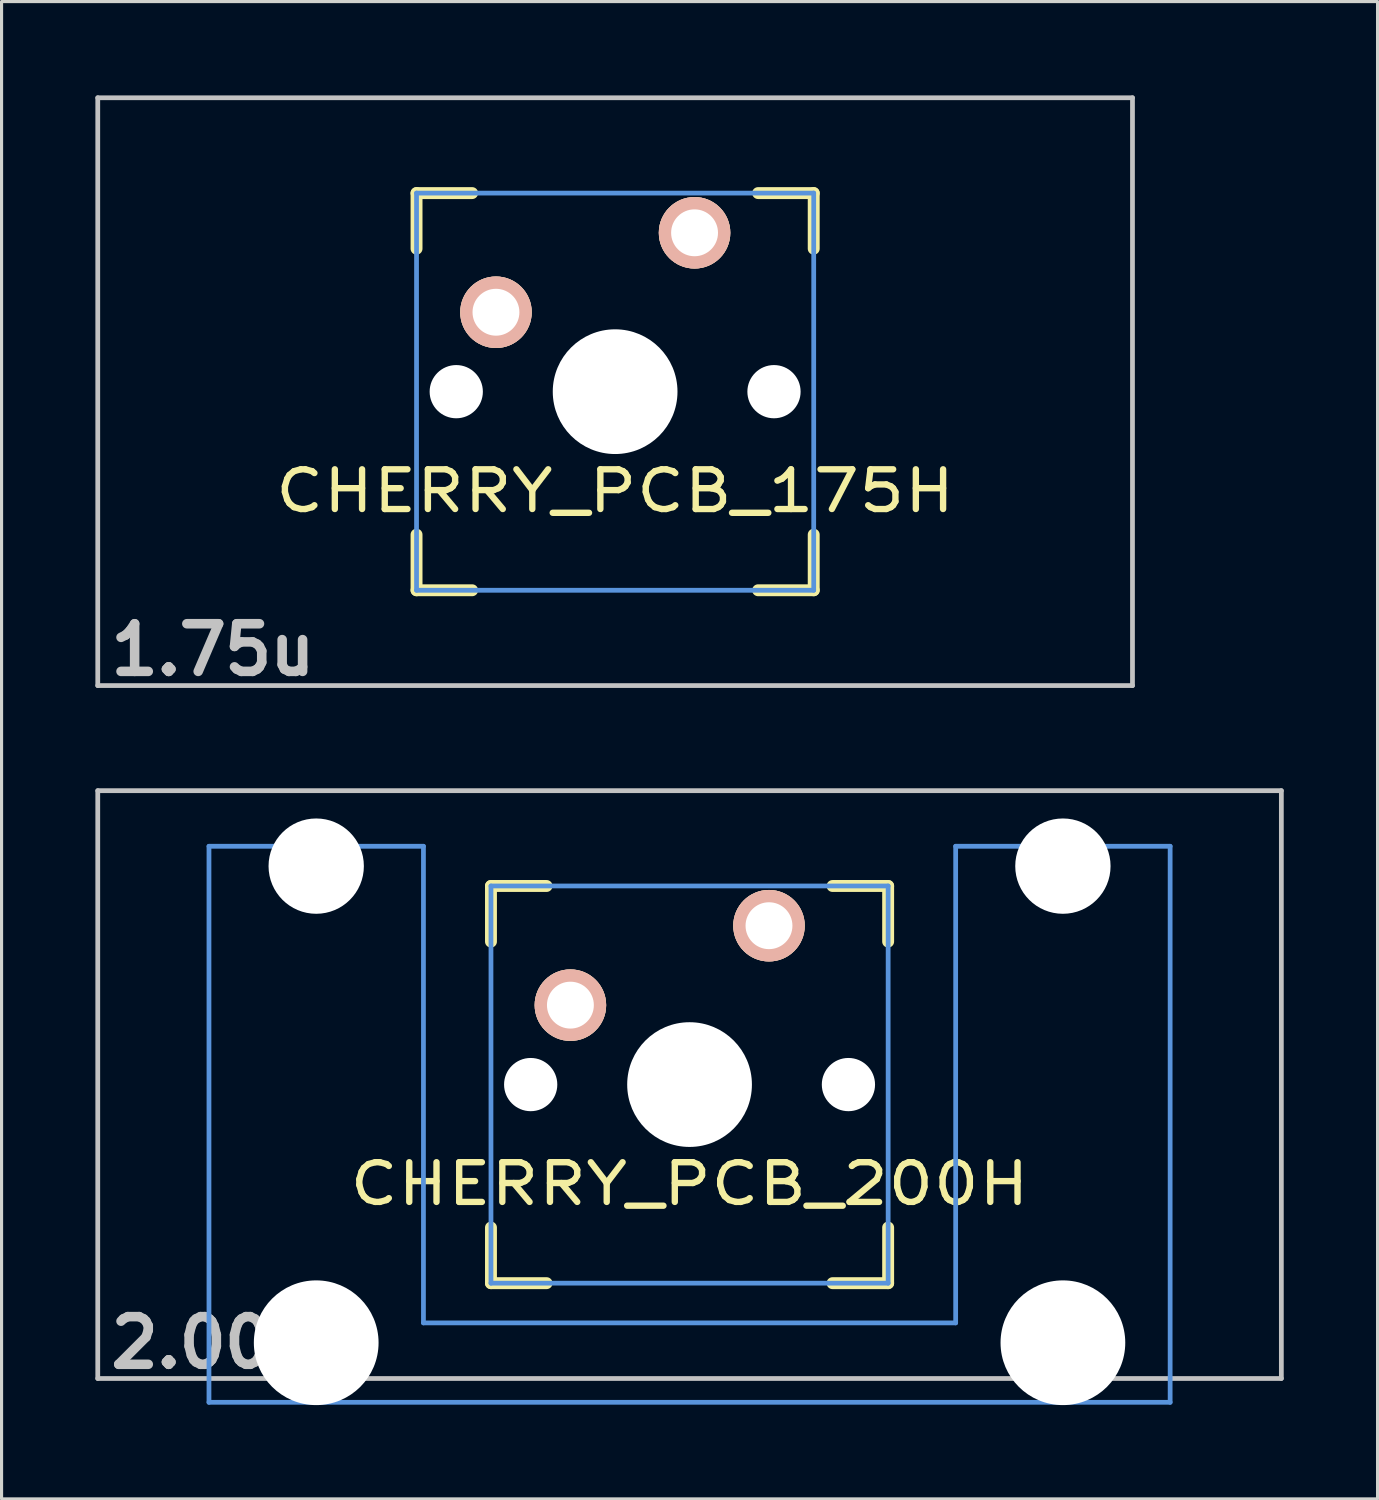
<source format=kicad_pcb>
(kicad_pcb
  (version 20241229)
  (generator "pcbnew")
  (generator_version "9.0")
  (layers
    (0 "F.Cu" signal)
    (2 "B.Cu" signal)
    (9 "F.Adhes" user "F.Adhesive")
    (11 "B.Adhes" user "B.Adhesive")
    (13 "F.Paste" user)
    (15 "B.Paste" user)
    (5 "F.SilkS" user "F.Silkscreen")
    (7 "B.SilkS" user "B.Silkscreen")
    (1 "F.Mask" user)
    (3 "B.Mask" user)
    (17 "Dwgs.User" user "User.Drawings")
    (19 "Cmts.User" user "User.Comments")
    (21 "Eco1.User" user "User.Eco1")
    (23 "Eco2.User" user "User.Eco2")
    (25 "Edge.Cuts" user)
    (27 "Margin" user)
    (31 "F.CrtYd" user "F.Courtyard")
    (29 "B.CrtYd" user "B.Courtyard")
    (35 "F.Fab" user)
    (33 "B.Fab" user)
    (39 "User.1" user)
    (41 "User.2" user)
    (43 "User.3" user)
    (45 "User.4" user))
  (footprint "CHERRY_PCB_175H"
    (layer "F.Cu")
    (at 16.619 9.474)
    (property "Reference" "CHERRY_PCB_175H" (at 0 3.175 0) (layer "F.SilkS") (effects (font (size 1.27 1.524) (thickness 0.203))))
    (attr through_hole)
    (fp_line (start -6.35 -6.35) (end -4.572 -6.35) (stroke (width 0.381) (type solid)) (layer "F.SilkS"))
    (fp_line (start -6.35 -4.572) (end -6.35 -6.35) (stroke (width 0.381) (type solid)) (layer "F.SilkS"))
    (fp_line (start -6.35 6.35) (end -6.35 4.572) (stroke (width 0.381) (type solid)) (layer "F.SilkS"))
    (fp_line (start -4.572 6.35) (end -6.35 6.35) (stroke (width 0.381) (type solid)) (layer "F.SilkS"))
    (fp_line (start 4.572 -6.35) (end 6.35 -6.35) (stroke (width 0.381) (type solid)) (layer "F.SilkS"))
    (fp_line (start 6.35 -6.35) (end 6.35 -4.572) (stroke (width 0.381) (type solid)) (layer "F.SilkS"))
    (fp_line (start 6.35 4.572) (end 6.35 6.35) (stroke (width 0.381) (type solid)) (layer "F.SilkS"))
    (fp_line (start 6.35 6.35) (end 4.572 6.35) (stroke (width 0.381) (type solid)) (layer "F.SilkS"))
    (fp_line (start -16.543 -9.398) (end 16.543 -9.398) (stroke (width 0.152) (type solid)) (layer "Dwgs.User"))
    (fp_line (start -16.543 9.398) (end -16.543 -9.398) (stroke (width 0.152) (type solid)) (layer "Dwgs.User"))
    (fp_line (start 16.543 -9.398) (end 16.543 9.398) (stroke (width 0.152) (type solid)) (layer "Dwgs.User"))
    (fp_line (start 16.543 9.398) (end -16.543 9.398) (stroke (width 0.152) (type solid)) (layer "Dwgs.User"))
    (fp_line (start -6.35 -6.35) (end 6.35 -6.35) (stroke (width 0.152) (type solid)) (layer "Cmts.User"))
    (fp_line (start -6.35 6.35) (end -6.35 -6.35) (stroke (width 0.152) (type solid)) (layer "Cmts.User"))
    (fp_line (start 6.35 -6.35) (end 6.35 6.35) (stroke (width 0.152) (type solid)) (layer "Cmts.User"))
    (fp_line (start 6.35 6.35) (end -6.35 6.35) (stroke (width 0.152) (type solid)) (layer "Cmts.User"))
    (fp_line (start -6.985 -6.985) (end 6.985 -6.985) (stroke (width 0.152) (type solid)) (layer "Eco2.User"))
    (fp_line (start -6.985 6.985) (end -6.985 -6.985) (stroke (width 0.152) (type solid)) (layer "Eco2.User"))
    (fp_line (start 6.985 -6.985) (end 6.985 6.985) (stroke (width 0.152) (type solid)) (layer "Eco2.User"))
    (fp_line (start 6.985 6.985) (end -6.985 6.985) (stroke (width 0.152) (type solid)) (layer "Eco2.User"))
    (fp_text user "1.75u" (at -12.86 8.255 0) (layer "Dwgs.User") (effects (font (size 1.524 1.524) (thickness 0.305))))
    (pad "" np_thru_hole circle (at -5.08 0) (size 1.702 1.702) (drill 1.702) (layers "*.Cu"))
    (pad "" np_thru_hole circle (at 0 0) (size 3.988 3.988) (drill 3.988) (layers "*.Cu"))
    (pad "" np_thru_hole circle (at 5.08 0) (size 1.702 1.702) (drill 1.702) (layers "*.Cu"))
    (pad "1" thru_hole circle (at 2.54 -5.08) (size 2.286 2.286) (drill 1.499) (layers "*.Cu" "*.SilkS" "*.Mask"))
    (pad "2" thru_hole circle (at -3.81 -2.54) (size 2.286 2.286) (drill 1.499) (layers "*.Cu" "*.SilkS" "*.Mask")))
  (footprint "CHERRY_PCB_200H"
    (layer "F.Cu")
    (at 18.999 31.63)
    (property "Reference" "CHERRY_PCB_200H" (at 0 3.175 0) (layer "F.SilkS") (effects (font (size 1.27 1.524) (thickness 0.203))))
    (attr through_hole)
    (fp_line (start -6.35 -6.35) (end -4.572 -6.35) (stroke (width 0.381) (type solid)) (layer "F.SilkS"))
    (fp_line (start -6.35 -4.572) (end -6.35 -6.35) (stroke (width 0.381) (type solid)) (layer "F.SilkS"))
    (fp_line (start -6.35 6.35) (end -6.35 4.572) (stroke (width 0.381) (type solid)) (layer "F.SilkS"))
    (fp_line (start -4.572 6.35) (end -6.35 6.35) (stroke (width 0.381) (type solid)) (layer "F.SilkS"))
    (fp_line (start 4.572 -6.35) (end 6.35 -6.35) (stroke (width 0.381) (type solid)) (layer "F.SilkS"))
    (fp_line (start 6.35 -6.35) (end 6.35 -4.572) (stroke (width 0.381) (type solid)) (layer "F.SilkS"))
    (fp_line (start 6.35 4.572) (end 6.35 6.35) (stroke (width 0.381) (type solid)) (layer "F.SilkS"))
    (fp_line (start 6.35 6.35) (end 4.572 6.35) (stroke (width 0.381) (type solid)) (layer "F.SilkS"))
    (fp_line (start -18.923 -9.398) (end 18.923 -9.398) (stroke (width 0.152) (type solid)) (layer "Dwgs.User"))
    (fp_line (start -18.923 9.398) (end -18.923 -9.398) (stroke (width 0.152) (type solid)) (layer "Dwgs.User"))
    (fp_line (start 18.923 -9.398) (end 18.923 9.398) (stroke (width 0.152) (type solid)) (layer "Dwgs.User"))
    (fp_line (start 18.923 9.398) (end -18.923 9.398) (stroke (width 0.152) (type solid)) (layer "Dwgs.User"))
    (fp_line (start -15.367 -7.62) (end -15.367 10.16) (stroke (width 0.152) (type solid)) (layer "Cmts.User"))
    (fp_line (start -15.367 10.16) (end 15.367 10.16) (stroke (width 0.152) (type solid)) (layer "Cmts.User"))
    (fp_line (start -8.509 -7.62) (end -15.367 -7.62) (stroke (width 0.152) (type solid)) (layer "Cmts.User"))
    (fp_line (start -8.509 7.62) (end -8.509 -7.62) (stroke (width 0.152) (type solid)) (layer "Cmts.User"))
    (fp_line (start -6.35 -6.35) (end 6.35 -6.35) (stroke (width 0.152) (type solid)) (layer "Cmts.User"))
    (fp_line (start -6.35 6.35) (end -6.35 -6.35) (stroke (width 0.152) (type solid)) (layer "Cmts.User"))
    (fp_line (start 6.35 -6.35) (end 6.35 6.35) (stroke (width 0.152) (type solid)) (layer "Cmts.User"))
    (fp_line (start 6.35 6.35) (end -6.35 6.35) (stroke (width 0.152) (type solid)) (layer "Cmts.User"))
    (fp_line (start 8.509 -7.62) (end 8.509 7.62) (stroke (width 0.152) (type solid)) (layer "Cmts.User"))
    (fp_line (start 8.509 7.62) (end -8.509 7.62) (stroke (width 0.152) (type solid)) (layer "Cmts.User"))
    (fp_line (start 15.367 -7.62) (end 8.509 -7.62) (stroke (width 0.152) (type solid)) (layer "Cmts.User"))
    (fp_line (start 15.367 10.16) (end 15.367 -7.62) (stroke (width 0.152) (type solid)) (layer "Cmts.User"))
    (fp_line (start -16.129 -2.286) (end -15.265 -2.286) (stroke (width 0.152) (type solid)) (layer "Eco2.User"))
    (fp_line (start -16.129 0.508) (end -16.129 -2.286) (stroke (width 0.152) (type solid)) (layer "Eco2.User"))
    (fp_line (start -15.265 -5.69) (end -8.611 -5.69) (stroke (width 0.152) (type solid)) (layer "Eco2.User"))
    (fp_line (start -15.265 -2.286) (end -15.265 -5.69) (stroke (width 0.152) (type solid)) (layer "Eco2.User"))
    (fp_line (start -15.265 0.508) (end -16.129 0.508) (stroke (width 0.152) (type solid)) (layer "Eco2.User"))
    (fp_line (start -15.265 6.604) (end -15.265 0.508) (stroke (width 0.152) (type solid)) (layer "Eco2.User"))
    (fp_line (start -14.224 6.604) (end -15.265 6.604) (stroke (width 0.152) (type solid)) (layer "Eco2.User"))
    (fp_line (start -14.224 7.772) (end -14.224 6.604) (stroke (width 0.152) (type solid)) (layer "Eco2.User"))
    (fp_line (start -9.652 6.604) (end -9.652 7.772) (stroke (width 0.152) (type solid)) (layer "Eco2.User"))
    (fp_line (start -9.652 7.772) (end -14.224 7.772) (stroke (width 0.152) (type solid)) (layer "Eco2.User"))
    (fp_line (start -8.611 -5.69) (end -8.611 -4.877) (stroke (width 0.152) (type solid)) (layer "Eco2.User"))
    (fp_line (start -8.611 -4.877) (end -6.985 -4.877) (stroke (width 0.152) (type solid)) (layer "Eco2.User"))
    (fp_line (start -8.611 5.817) (end -8.611 6.604) (stroke (width 0.152) (type solid)) (layer "Eco2.User"))
    (fp_line (start -8.611 6.604) (end -9.652 6.604) (stroke (width 0.152) (type solid)) (layer "Eco2.User"))
    (fp_line (start -6.985 -6.985) (end 6.985 -6.985) (stroke (width 0.152) (type solid)) (layer "Eco2.User"))
    (fp_line (start -6.985 -4.877) (end -6.985 -6.985) (stroke (width 0.152) (type solid)) (layer "Eco2.User"))
    (fp_line (start -6.985 5.817) (end -8.611 5.817) (stroke (width 0.152) (type solid)) (layer "Eco2.User"))
    (fp_line (start -6.985 6.985) (end -6.985 5.817) (stroke (width 0.152) (type solid)) (layer "Eco2.User"))
    (fp_line (start 6.985 -6.985) (end 6.985 -4.877) (stroke (width 0.152) (type solid)) (layer "Eco2.User"))
    (fp_line (start 6.985 -4.877) (end 8.611 -4.877) (stroke (width 0.152) (type solid)) (layer "Eco2.User"))
    (fp_line (start 6.985 5.817) (end 6.985 6.985) (stroke (width 0.152) (type solid)) (layer "Eco2.User"))
    (fp_line (start 6.985 6.985) (end -6.985 6.985) (stroke (width 0.152) (type solid)) (layer "Eco2.User"))
    (fp_line (start 8.611 -5.69) (end 15.265 -5.69) (stroke (width 0.152) (type solid)) (layer "Eco2.User"))
    (fp_line (start 8.611 -4.877) (end 8.611 -5.69) (stroke (width 0.152) (type solid)) (layer "Eco2.User"))
    (fp_line (start 8.611 5.817) (end 6.985 5.817) (stroke (width 0.152) (type solid)) (layer "Eco2.User"))
    (fp_line (start 8.611 6.604) (end 8.611 5.817) (stroke (width 0.152) (type solid)) (layer "Eco2.User"))
    (fp_line (start 9.652 6.604) (end 8.611 6.604) (stroke (width 0.152) (type solid)) (layer "Eco2.User"))
    (fp_line (start 9.652 7.772) (end 9.652 6.604) (stroke (width 0.152) (type solid)) (layer "Eco2.User"))
    (fp_line (start 14.224 6.604) (end 14.224 7.772) (stroke (width 0.152) (type solid)) (layer "Eco2.User"))
    (fp_line (start 14.224 7.772) (end 9.652 7.772) (stroke (width 0.152) (type solid)) (layer "Eco2.User"))
    (fp_line (start 15.265 -5.69) (end 15.265 -2.286) (stroke (width 0.152) (type solid)) (layer "Eco2.User"))
    (fp_line (start 15.265 -2.286) (end 16.129 -2.286) (stroke (width 0.152) (type solid)) (layer "Eco2.User"))
    (fp_line (start 15.265 0.508) (end 15.265 6.604) (stroke (width 0.152) (type solid)) (layer "Eco2.User"))
    (fp_line (start 15.265 6.604) (end 14.224 6.604) (stroke (width 0.152) (type solid)) (layer "Eco2.User"))
    (fp_line (start 16.129 -2.286) (end 16.129 0.508) (stroke (width 0.152) (type solid)) (layer "Eco2.User"))
    (fp_line (start 16.129 0.508) (end 15.265 0.508) (stroke (width 0.152) (type solid)) (layer "Eco2.User"))
    (fp_text user "2.00u" (at -15.24 8.255 0) (layer "Dwgs.User") (effects (font (size 1.524 1.524) (thickness 0.305))))
    (pad "" np_thru_hole circle (at -11.938 -6.985) (size 3.048 3.048) (drill 3.048) (layers "*.Cu"))
    (pad "" np_thru_hole circle (at -11.938 8.255) (size 3.988 3.988) (drill 3.988) (layers "*.Cu"))
    (pad "" np_thru_hole circle (at -5.08 0) (size 1.702 1.702) (drill 1.702) (layers "*.Cu"))
    (pad "" np_thru_hole circle (at 0 0) (size 3.988 3.988) (drill 3.988) (layers "*.Cu"))
    (pad "" np_thru_hole circle (at 5.08 0) (size 1.702 1.702) (drill 1.702) (layers "*.Cu"))
    (pad "" np_thru_hole circle (at 11.938 -6.985) (size 3.048 3.048) (drill 3.048) (layers "*.Cu"))
    (pad "" np_thru_hole circle (at 11.938 8.255) (size 3.988 3.988) (drill 3.988) (layers "*.Cu"))
    (pad "1" thru_hole circle (at 2.54 -5.08) (size 2.286 2.286) (drill 1.499) (layers "*.Cu" "*.SilkS" "*.Mask"))
    (pad "2" thru_hole circle (at -3.81 -2.54) (size 2.286 2.286) (drill 1.499) (layers "*.Cu" "*.SilkS" "*.Mask")))
  (gr_rect
    (start -3 -3)
    (end 40.998 44.879)
    (stroke (width 0.1) (type default))
    (fill no)
    (layer "Edge.Cuts")))
</source>
